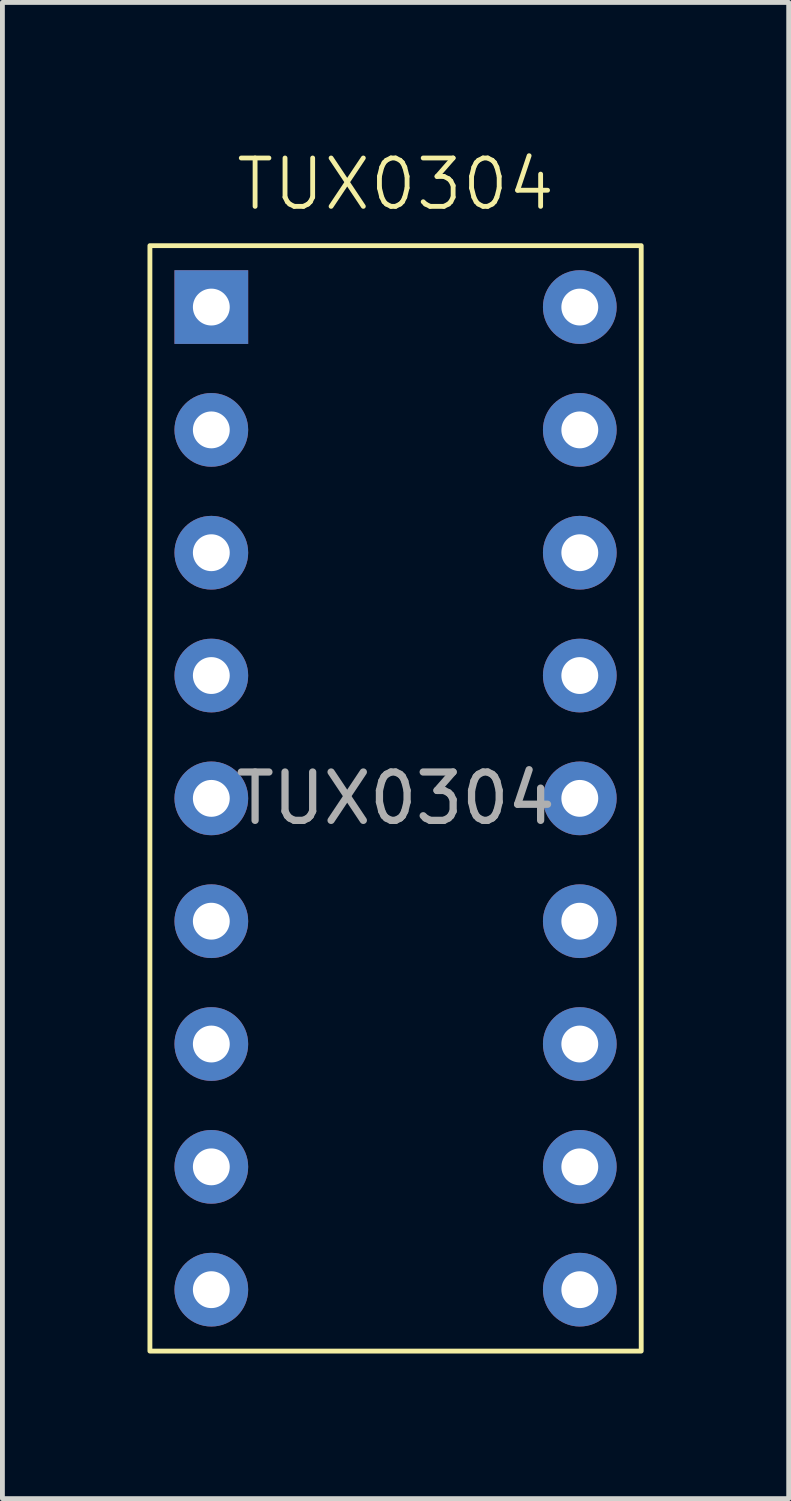
<source format=kicad_pcb>
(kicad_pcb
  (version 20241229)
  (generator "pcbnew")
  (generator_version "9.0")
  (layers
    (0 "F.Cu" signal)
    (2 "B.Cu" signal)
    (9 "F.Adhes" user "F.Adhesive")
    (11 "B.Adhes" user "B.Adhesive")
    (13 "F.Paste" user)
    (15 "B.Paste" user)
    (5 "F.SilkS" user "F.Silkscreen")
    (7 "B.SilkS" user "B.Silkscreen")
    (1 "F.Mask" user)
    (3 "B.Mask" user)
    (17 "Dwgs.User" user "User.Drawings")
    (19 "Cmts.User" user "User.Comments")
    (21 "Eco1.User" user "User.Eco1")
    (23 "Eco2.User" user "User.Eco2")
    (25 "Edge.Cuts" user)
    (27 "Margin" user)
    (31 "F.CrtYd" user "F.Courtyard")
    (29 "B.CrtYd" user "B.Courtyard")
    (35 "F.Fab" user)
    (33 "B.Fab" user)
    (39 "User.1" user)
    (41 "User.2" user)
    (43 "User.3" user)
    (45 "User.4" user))
  (footprint "TUX0304"
    (layer "F.Cu")
    (at 5.13 13.46)
    (property "Reference" "TUX0304" (at 0 -12.7 0) (unlocked yes) (layer "F.SilkS") (effects (font (size 1 1) (thickness 0.1))))
    (attr through_hole)
    (fp_rect (start -5.08 -11.43) (end 5.08 11.43) (stroke (width 0.1) (type default)) (fill no) (layer "F.SilkS"))
    (fp_text user "${REFERENCE}" (at 0 0 0) (unlocked yes) (layer "F.Fab") (effects (font (size 1 1) (thickness 0.15))))
    (pad "1" thru_hole rect (at -3.81 -10.16) (size 1.524 1.524) (drill 0.762) (layers "*.Cu" "*.Mask"))
    (pad "2" thru_hole circle (at -3.81 -7.62) (size 1.524 1.524) (drill 0.762) (layers "*.Cu" "*.Mask"))
    (pad "3" thru_hole circle (at -3.81 -5.08) (size 1.524 1.524) (drill 0.762) (layers "*.Cu" "*.Mask"))
    (pad "4" thru_hole circle (at -3.81 -2.54) (size 1.524 1.524) (drill 0.762) (layers "*.Cu" "*.Mask"))
    (pad "5" thru_hole circle (at -3.81 0) (size 1.524 1.524) (drill 0.762) (layers "*.Cu" "*.Mask"))
    (pad "6" thru_hole circle (at -3.81 2.54) (size 1.524 1.524) (drill 0.762) (layers "*.Cu" "*.Mask"))
    (pad "7" thru_hole circle (at -3.81 5.08) (size 1.524 1.524) (drill 0.762) (layers "*.Cu" "*.Mask"))
    (pad "8" thru_hole circle (at -3.81 7.62) (size 1.524 1.524) (drill 0.762) (layers "*.Cu" "*.Mask"))
    (pad "9" thru_hole circle (at -3.81 10.16) (size 1.524 1.524) (drill 0.762) (layers "*.Cu" "*.Mask"))
    (pad "10" thru_hole circle (at 3.81 10.16) (size 1.524 1.524) (drill 0.762) (layers "*.Cu" "*.Mask"))
    (pad "11" thru_hole circle (at 3.81 7.62) (size 1.524 1.524) (drill 0.762) (layers "*.Cu" "*.Mask"))
    (pad "12" thru_hole circle (at 3.81 5.08) (size 1.524 1.524) (drill 0.762) (layers "*.Cu" "*.Mask"))
    (pad "13" thru_hole circle (at 3.81 2.54) (size 1.524 1.524) (drill 0.762) (layers "*.Cu" "*.Mask"))
    (pad "14" thru_hole circle (at 3.81 0) (size 1.524 1.524) (drill 0.762) (layers "*.Cu" "*.Mask"))
    (pad "15" thru_hole circle (at 3.81 -2.54) (size 1.524 1.524) (drill 0.762) (layers "*.Cu" "*.Mask"))
    (pad "16" thru_hole circle (at 3.81 -5.08) (size 1.524 1.524) (drill 0.762) (layers "*.Cu" "*.Mask"))
    (pad "17" thru_hole circle (at 3.81 -7.62) (size 1.524 1.524) (drill 0.762) (layers "*.Cu" "*.Mask"))
    (pad "18" thru_hole circle (at 3.81 -10.16) (size 1.524 1.524) (drill 0.762) (layers "*.Cu" "*.Mask")))
  (gr_rect
    (start -3 -3)
    (end 13.26 27.941)
    (stroke (width 0.1) (type default))
    (fill no)
    (layer "Edge.Cuts")))
</source>
